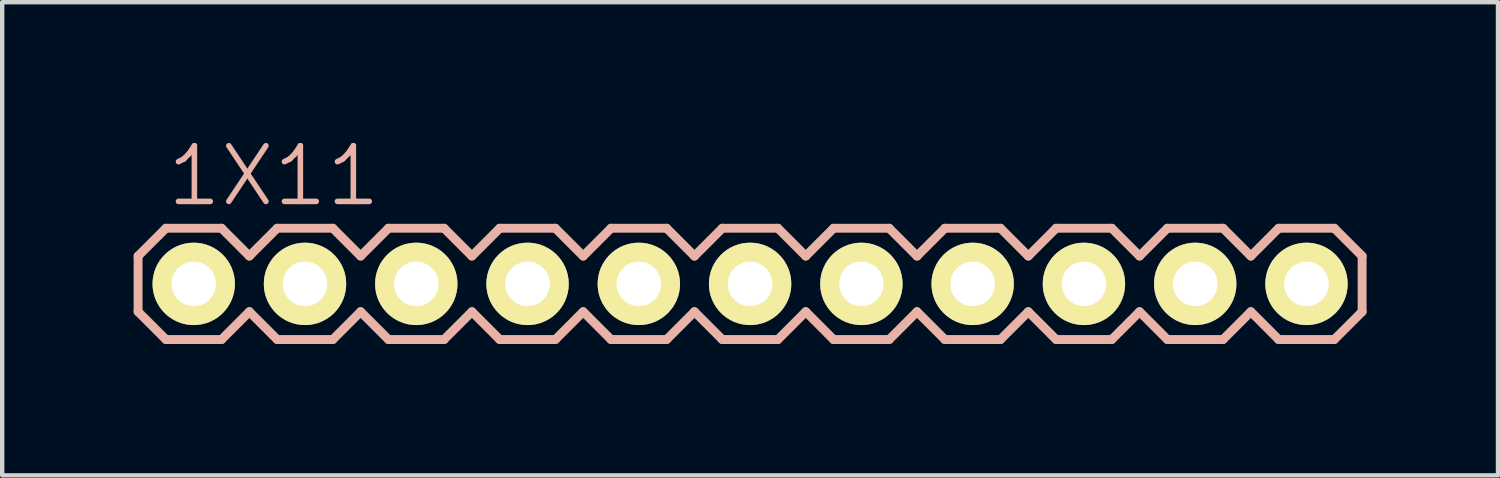
<source format=kicad_pcb>
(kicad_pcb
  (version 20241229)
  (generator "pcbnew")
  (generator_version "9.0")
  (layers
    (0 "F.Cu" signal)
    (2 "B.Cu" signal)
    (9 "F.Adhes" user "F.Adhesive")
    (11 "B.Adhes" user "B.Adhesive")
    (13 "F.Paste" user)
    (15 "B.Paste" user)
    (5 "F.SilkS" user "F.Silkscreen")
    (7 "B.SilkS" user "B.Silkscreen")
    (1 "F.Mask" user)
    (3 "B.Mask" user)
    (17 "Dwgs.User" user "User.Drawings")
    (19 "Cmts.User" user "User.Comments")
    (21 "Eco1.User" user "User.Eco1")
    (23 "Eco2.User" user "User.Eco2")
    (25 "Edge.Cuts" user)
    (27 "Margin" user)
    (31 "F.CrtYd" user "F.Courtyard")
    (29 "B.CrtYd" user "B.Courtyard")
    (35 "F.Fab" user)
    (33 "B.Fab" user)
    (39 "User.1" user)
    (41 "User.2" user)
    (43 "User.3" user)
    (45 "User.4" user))
  (footprint "1X11"
    (layer "F.Cu")
    (at 1.372 3.43)
    (property "Reference" "1X11" (at 1.829 -2.464 0) (layer "B.SilkS") (effects (font (size 1.27 1.27) (thickness 0.127))))
    (attr exclude_from_pos_files exclude_from_bom)
    (fp_line (start -0.254 -0.254) (end 0.254 -0.254) (stroke (width 0.066) (type solid)) (layer "F.SilkS"))
    (fp_line (start -0.254 0.254) (end -0.254 -0.254) (stroke (width 0.066) (type solid)) (layer "F.SilkS"))
    (fp_line (start -0.254 0.254) (end 0.254 0.254) (stroke (width 0.066) (type solid)) (layer "F.SilkS"))
    (fp_line (start 0.254 0.254) (end 0.254 -0.254) (stroke (width 0.066) (type solid)) (layer "F.SilkS"))
    (fp_line (start 2.286 -0.254) (end 2.794 -0.254) (stroke (width 0.066) (type solid)) (layer "F.SilkS"))
    (fp_line (start 2.286 0.254) (end 2.286 -0.254) (stroke (width 0.066) (type solid)) (layer "F.SilkS"))
    (fp_line (start 2.286 0.254) (end 2.794 0.254) (stroke (width 0.066) (type solid)) (layer "F.SilkS"))
    (fp_line (start 2.794 0.254) (end 2.794 -0.254) (stroke (width 0.066) (type solid)) (layer "F.SilkS"))
    (fp_line (start 4.826 -0.254) (end 5.334 -0.254) (stroke (width 0.066) (type solid)) (layer "F.SilkS"))
    (fp_line (start 4.826 0.254) (end 4.826 -0.254) (stroke (width 0.066) (type solid)) (layer "F.SilkS"))
    (fp_line (start 4.826 0.254) (end 5.334 0.254) (stroke (width 0.066) (type solid)) (layer "F.SilkS"))
    (fp_line (start 5.334 0.254) (end 5.334 -0.254) (stroke (width 0.066) (type solid)) (layer "F.SilkS"))
    (fp_line (start 7.366 -0.254) (end 7.874 -0.254) (stroke (width 0.066) (type solid)) (layer "F.SilkS"))
    (fp_line (start 7.366 0.254) (end 7.366 -0.254) (stroke (width 0.066) (type solid)) (layer "F.SilkS"))
    (fp_line (start 7.366 0.254) (end 7.874 0.254) (stroke (width 0.066) (type solid)) (layer "F.SilkS"))
    (fp_line (start 7.874 0.254) (end 7.874 -0.254) (stroke (width 0.066) (type solid)) (layer "F.SilkS"))
    (fp_line (start 9.906 -0.254) (end 10.414 -0.254) (stroke (width 0.066) (type solid)) (layer "F.SilkS"))
    (fp_line (start 9.906 0.254) (end 9.906 -0.254) (stroke (width 0.066) (type solid)) (layer "F.SilkS"))
    (fp_line (start 9.906 0.254) (end 10.414 0.254) (stroke (width 0.066) (type solid)) (layer "F.SilkS"))
    (fp_line (start 10.414 0.254) (end 10.414 -0.254) (stroke (width 0.066) (type solid)) (layer "F.SilkS"))
    (fp_line (start 12.446 -0.254) (end 12.954 -0.254) (stroke (width 0.066) (type solid)) (layer "F.SilkS"))
    (fp_line (start 12.446 0.254) (end 12.446 -0.254) (stroke (width 0.066) (type solid)) (layer "F.SilkS"))
    (fp_line (start 12.446 0.254) (end 12.954 0.254) (stroke (width 0.066) (type solid)) (layer "F.SilkS"))
    (fp_line (start 12.954 0.254) (end 12.954 -0.254) (stroke (width 0.066) (type solid)) (layer "F.SilkS"))
    (fp_line (start 14.986 -0.254) (end 15.494 -0.254) (stroke (width 0.066) (type solid)) (layer "F.SilkS"))
    (fp_line (start 14.986 0.254) (end 14.986 -0.254) (stroke (width 0.066) (type solid)) (layer "F.SilkS"))
    (fp_line (start 14.986 0.254) (end 15.494 0.254) (stroke (width 0.066) (type solid)) (layer "F.SilkS"))
    (fp_line (start 15.494 0.254) (end 15.494 -0.254) (stroke (width 0.066) (type solid)) (layer "F.SilkS"))
    (fp_line (start 17.523 -0.254) (end 18.034 -0.254) (stroke (width 0.066) (type solid)) (layer "F.SilkS"))
    (fp_line (start 17.523 0.254) (end 17.523 -0.254) (stroke (width 0.066) (type solid)) (layer "F.SilkS"))
    (fp_line (start 17.523 0.254) (end 18.034 0.254) (stroke (width 0.066) (type solid)) (layer "F.SilkS"))
    (fp_line (start 18.034 0.254) (end 18.034 -0.254) (stroke (width 0.066) (type solid)) (layer "F.SilkS"))
    (fp_line (start 20.066 -0.254) (end 20.574 -0.254) (stroke (width 0.066) (type solid)) (layer "F.SilkS"))
    (fp_line (start 20.066 0.254) (end 20.066 -0.254) (stroke (width 0.066) (type solid)) (layer "F.SilkS"))
    (fp_line (start 20.066 0.254) (end 20.574 0.254) (stroke (width 0.066) (type solid)) (layer "F.SilkS"))
    (fp_line (start 20.574 0.254) (end 20.574 -0.254) (stroke (width 0.066) (type solid)) (layer "F.SilkS"))
    (fp_line (start 22.606 -0.254) (end 23.114 -0.254) (stroke (width 0.066) (type solid)) (layer "F.SilkS"))
    (fp_line (start 22.606 0.254) (end 22.606 -0.254) (stroke (width 0.066) (type solid)) (layer "F.SilkS"))
    (fp_line (start 22.606 0.254) (end 23.114 0.254) (stroke (width 0.066) (type solid)) (layer "F.SilkS"))
    (fp_line (start 23.114 0.254) (end 23.114 -0.254) (stroke (width 0.066) (type solid)) (layer "F.SilkS"))
    (fp_line (start 25.146 -0.254) (end 25.654 -0.254) (stroke (width 0.066) (type solid)) (layer "F.SilkS"))
    (fp_line (start 25.146 0.254) (end 25.146 -0.254) (stroke (width 0.066) (type solid)) (layer "F.SilkS"))
    (fp_line (start 25.146 0.254) (end 25.654 0.254) (stroke (width 0.066) (type solid)) (layer "F.SilkS"))
    (fp_line (start 25.654 0.254) (end 25.654 -0.254) (stroke (width 0.066) (type solid)) (layer "F.SilkS"))
    (fp_line (start -1.27 -0.635) (end -1.27 0.635) (stroke (width 0.203) (type solid)) (layer "B.SilkS"))
    (fp_line (start -1.27 0.635) (end -0.635 1.27) (stroke (width 0.203) (type solid)) (layer "B.SilkS"))
    (fp_line (start -0.635 -1.27) (end -1.27 -0.635) (stroke (width 0.203) (type solid)) (layer "B.SilkS"))
    (fp_line (start -0.635 -1.27) (end 0.635 -1.27) (stroke (width 0.203) (type solid)) (layer "B.SilkS"))
    (fp_line (start 0.635 -1.27) (end 1.27 -0.635) (stroke (width 0.203) (type solid)) (layer "B.SilkS"))
    (fp_line (start 0.635 1.27) (end -0.635 1.27) (stroke (width 0.203) (type solid)) (layer "B.SilkS"))
    (fp_line (start 1.27 -0.635) (end 1.905 -1.27) (stroke (width 0.203) (type solid)) (layer "B.SilkS"))
    (fp_line (start 1.27 0.635) (end 0.635 1.27) (stroke (width 0.203) (type solid)) (layer "B.SilkS"))
    (fp_line (start 1.905 -1.27) (end 3.175 -1.27) (stroke (width 0.203) (type solid)) (layer "B.SilkS"))
    (fp_line (start 1.905 1.27) (end 1.27 0.635) (stroke (width 0.203) (type solid)) (layer "B.SilkS"))
    (fp_line (start 3.175 -1.27) (end 3.81 -0.635) (stroke (width 0.203) (type solid)) (layer "B.SilkS"))
    (fp_line (start 3.175 1.27) (end 1.905 1.27) (stroke (width 0.203) (type solid)) (layer "B.SilkS"))
    (fp_line (start 3.81 -0.635) (end 4.445 -1.27) (stroke (width 0.203) (type solid)) (layer "B.SilkS"))
    (fp_line (start 3.81 0.635) (end 3.175 1.27) (stroke (width 0.203) (type solid)) (layer "B.SilkS"))
    (fp_line (start 4.445 -1.27) (end 5.715 -1.27) (stroke (width 0.203) (type solid)) (layer "B.SilkS"))
    (fp_line (start 4.445 1.27) (end 3.81 0.635) (stroke (width 0.203) (type solid)) (layer "B.SilkS"))
    (fp_line (start 5.715 -1.27) (end 6.35 -0.635) (stroke (width 0.203) (type solid)) (layer "B.SilkS"))
    (fp_line (start 5.715 1.27) (end 4.445 1.27) (stroke (width 0.203) (type solid)) (layer "B.SilkS"))
    (fp_line (start 6.35 0.635) (end 5.715 1.27) (stroke (width 0.203) (type solid)) (layer "B.SilkS"))
    (fp_line (start 6.35 0.635) (end 6.985 1.27) (stroke (width 0.203) (type solid)) (layer "B.SilkS"))
    (fp_line (start 6.985 -1.27) (end 6.35 -0.635) (stroke (width 0.203) (type solid)) (layer "B.SilkS"))
    (fp_line (start 6.985 -1.27) (end 8.255 -1.27) (stroke (width 0.203) (type solid)) (layer "B.SilkS"))
    (fp_line (start 8.255 -1.27) (end 8.89 -0.635) (stroke (width 0.203) (type solid)) (layer "B.SilkS"))
    (fp_line (start 8.255 1.27) (end 6.985 1.27) (stroke (width 0.203) (type solid)) (layer "B.SilkS"))
    (fp_line (start 8.89 -0.635) (end 9.525 -1.27) (stroke (width 0.203) (type solid)) (layer "B.SilkS"))
    (fp_line (start 8.89 0.635) (end 8.255 1.27) (stroke (width 0.203) (type solid)) (layer "B.SilkS"))
    (fp_line (start 9.525 -1.27) (end 10.795 -1.27) (stroke (width 0.203) (type solid)) (layer "B.SilkS"))
    (fp_line (start 9.525 1.27) (end 8.89 0.635) (stroke (width 0.203) (type solid)) (layer "B.SilkS"))
    (fp_line (start 10.795 -1.27) (end 11.43 -0.635) (stroke (width 0.203) (type solid)) (layer "B.SilkS"))
    (fp_line (start 10.795 1.27) (end 9.525 1.27) (stroke (width 0.203) (type solid)) (layer "B.SilkS"))
    (fp_line (start 11.43 -0.635) (end 12.065 -1.27) (stroke (width 0.203) (type solid)) (layer "B.SilkS"))
    (fp_line (start 11.43 0.635) (end 10.795 1.27) (stroke (width 0.203) (type solid)) (layer "B.SilkS"))
    (fp_line (start 12.065 -1.27) (end 13.335 -1.27) (stroke (width 0.203) (type solid)) (layer "B.SilkS"))
    (fp_line (start 12.065 1.27) (end 11.43 0.635) (stroke (width 0.203) (type solid)) (layer "B.SilkS"))
    (fp_line (start 13.335 -1.27) (end 13.97 -0.635) (stroke (width 0.203) (type solid)) (layer "B.SilkS"))
    (fp_line (start 13.335 1.27) (end 12.065 1.27) (stroke (width 0.203) (type solid)) (layer "B.SilkS"))
    (fp_line (start 13.97 0.635) (end 13.335 1.27) (stroke (width 0.203) (type solid)) (layer "B.SilkS"))
    (fp_line (start 13.97 0.635) (end 14.605 1.27) (stroke (width 0.203) (type solid)) (layer "B.SilkS"))
    (fp_line (start 14.605 -1.27) (end 13.97 -0.635) (stroke (width 0.203) (type solid)) (layer "B.SilkS"))
    (fp_line (start 14.605 -1.27) (end 15.875 -1.27) (stroke (width 0.203) (type solid)) (layer "B.SilkS"))
    (fp_line (start 15.875 -1.27) (end 16.51 -0.635) (stroke (width 0.203) (type solid)) (layer "B.SilkS"))
    (fp_line (start 15.875 1.27) (end 14.605 1.27) (stroke (width 0.203) (type solid)) (layer "B.SilkS"))
    (fp_line (start 16.51 0.635) (end 15.875 1.27) (stroke (width 0.203) (type solid)) (layer "B.SilkS"))
    (fp_line (start 16.51 0.635) (end 17.145 1.27) (stroke (width 0.203) (type solid)) (layer "B.SilkS"))
    (fp_line (start 17.145 -1.27) (end 16.51 -0.635) (stroke (width 0.203) (type solid)) (layer "B.SilkS"))
    (fp_line (start 17.145 -1.27) (end 18.415 -1.27) (stroke (width 0.203) (type solid)) (layer "B.SilkS"))
    (fp_line (start 18.415 -1.27) (end 19.05 -0.635) (stroke (width 0.203) (type solid)) (layer "B.SilkS"))
    (fp_line (start 18.415 1.27) (end 17.145 1.27) (stroke (width 0.203) (type solid)) (layer "B.SilkS"))
    (fp_line (start 19.05 0.635) (end 18.415 1.27) (stroke (width 0.203) (type solid)) (layer "B.SilkS"))
    (fp_line (start 19.05 0.635) (end 19.685 1.27) (stroke (width 0.203) (type solid)) (layer "B.SilkS"))
    (fp_line (start 19.685 -1.27) (end 19.05 -0.635) (stroke (width 0.203) (type solid)) (layer "B.SilkS"))
    (fp_line (start 19.685 -1.27) (end 20.955 -1.27) (stroke (width 0.203) (type solid)) (layer "B.SilkS"))
    (fp_line (start 20.955 -1.27) (end 21.59 -0.635) (stroke (width 0.203) (type solid)) (layer "B.SilkS"))
    (fp_line (start 20.955 1.27) (end 19.685 1.27) (stroke (width 0.203) (type solid)) (layer "B.SilkS"))
    (fp_line (start 21.59 0.635) (end 20.955 1.27) (stroke (width 0.203) (type solid)) (layer "B.SilkS"))
    (fp_line (start 21.59 0.635) (end 22.225 1.27) (stroke (width 0.203) (type solid)) (layer "B.SilkS"))
    (fp_line (start 22.225 -1.27) (end 21.59 -0.635) (stroke (width 0.203) (type solid)) (layer "B.SilkS"))
    (fp_line (start 22.225 -1.27) (end 23.495 -1.27) (stroke (width 0.203) (type solid)) (layer "B.SilkS"))
    (fp_line (start 23.495 -1.27) (end 24.13 -0.635) (stroke (width 0.203) (type solid)) (layer "B.SilkS"))
    (fp_line (start 23.495 1.27) (end 22.225 1.27) (stroke (width 0.203) (type solid)) (layer "B.SilkS"))
    (fp_line (start 24.13 0.635) (end 23.495 1.27) (stroke (width 0.203) (type solid)) (layer "B.SilkS"))
    (fp_line (start 24.13 0.635) (end 24.765 1.27) (stroke (width 0.203) (type solid)) (layer "B.SilkS"))
    (fp_line (start 24.765 -1.27) (end 24.13 -0.635) (stroke (width 0.203) (type solid)) (layer "B.SilkS"))
    (fp_line (start 24.765 -1.27) (end 26.035 -1.27) (stroke (width 0.203) (type solid)) (layer "B.SilkS"))
    (fp_line (start 26.035 -1.27) (end 26.67 -0.635) (stroke (width 0.203) (type solid)) (layer "B.SilkS"))
    (fp_line (start 26.035 1.27) (end 24.765 1.27) (stroke (width 0.203) (type solid)) (layer "B.SilkS"))
    (fp_line (start 26.67 -0.635) (end 26.67 0.635) (stroke (width 0.203) (type solid)) (layer "B.SilkS"))
    (fp_line (start 26.67 0.635) (end 26.035 1.27) (stroke (width 0.203) (type solid)) (layer "B.SilkS"))
    (pad "1" thru_hole circle (at 0 0) (size 1.88 1.88) (drill 1.016) (layers "*.Cu" "F.Mask" "F.SilkS" "F.Paste"))
    (pad "2" thru_hole circle (at 2.54 0) (size 1.88 1.88) (drill 1.016) (layers "*.Cu" "F.Mask" "F.SilkS" "F.Paste"))
    (pad "3" thru_hole circle (at 5.08 0) (size 1.88 1.88) (drill 1.016) (layers "*.Cu" "F.Mask" "F.SilkS" "F.Paste"))
    (pad "4" thru_hole circle (at 7.62 0) (size 1.88 1.88) (drill 1.016) (layers "*.Cu" "F.Mask" "F.SilkS" "F.Paste"))
    (pad "5" thru_hole circle (at 10.16 0) (size 1.88 1.88) (drill 1.016) (layers "*.Cu" "F.Mask" "F.SilkS" "F.Paste"))
    (pad "6" thru_hole circle (at 12.7 0) (size 1.88 1.88) (drill 1.016) (layers "*.Cu" "F.Mask" "F.SilkS" "F.Paste"))
    (pad "7" thru_hole circle (at 15.24 0) (size 1.88 1.88) (drill 1.016) (layers "*.Cu" "F.Mask" "F.SilkS" "F.Paste"))
    (pad "8" thru_hole circle (at 17.78 0) (size 1.88 1.88) (drill 1.016) (layers "*.Cu" "F.Mask" "F.SilkS" "F.Paste"))
    (pad "9" thru_hole circle (at 20.32 0) (size 1.88 1.88) (drill 1.016) (layers "*.Cu" "F.Mask" "F.SilkS" "F.Paste"))
    (pad "10" thru_hole circle (at 22.86 0) (size 1.88 1.88) (drill 1.016) (layers "*.Cu" "F.Mask" "F.SilkS" "F.Paste"))
    (pad "11" thru_hole circle (at 25.4 0) (size 1.88 1.88) (drill 1.016) (layers "*.Cu" "F.Mask" "F.SilkS" "F.Paste")))
  (gr_rect
    (start -3 -3)
    (end 31.143 7.801)
    (stroke (width 0.1) (type default))
    (fill no)
    (layer "Edge.Cuts")))
</source>
